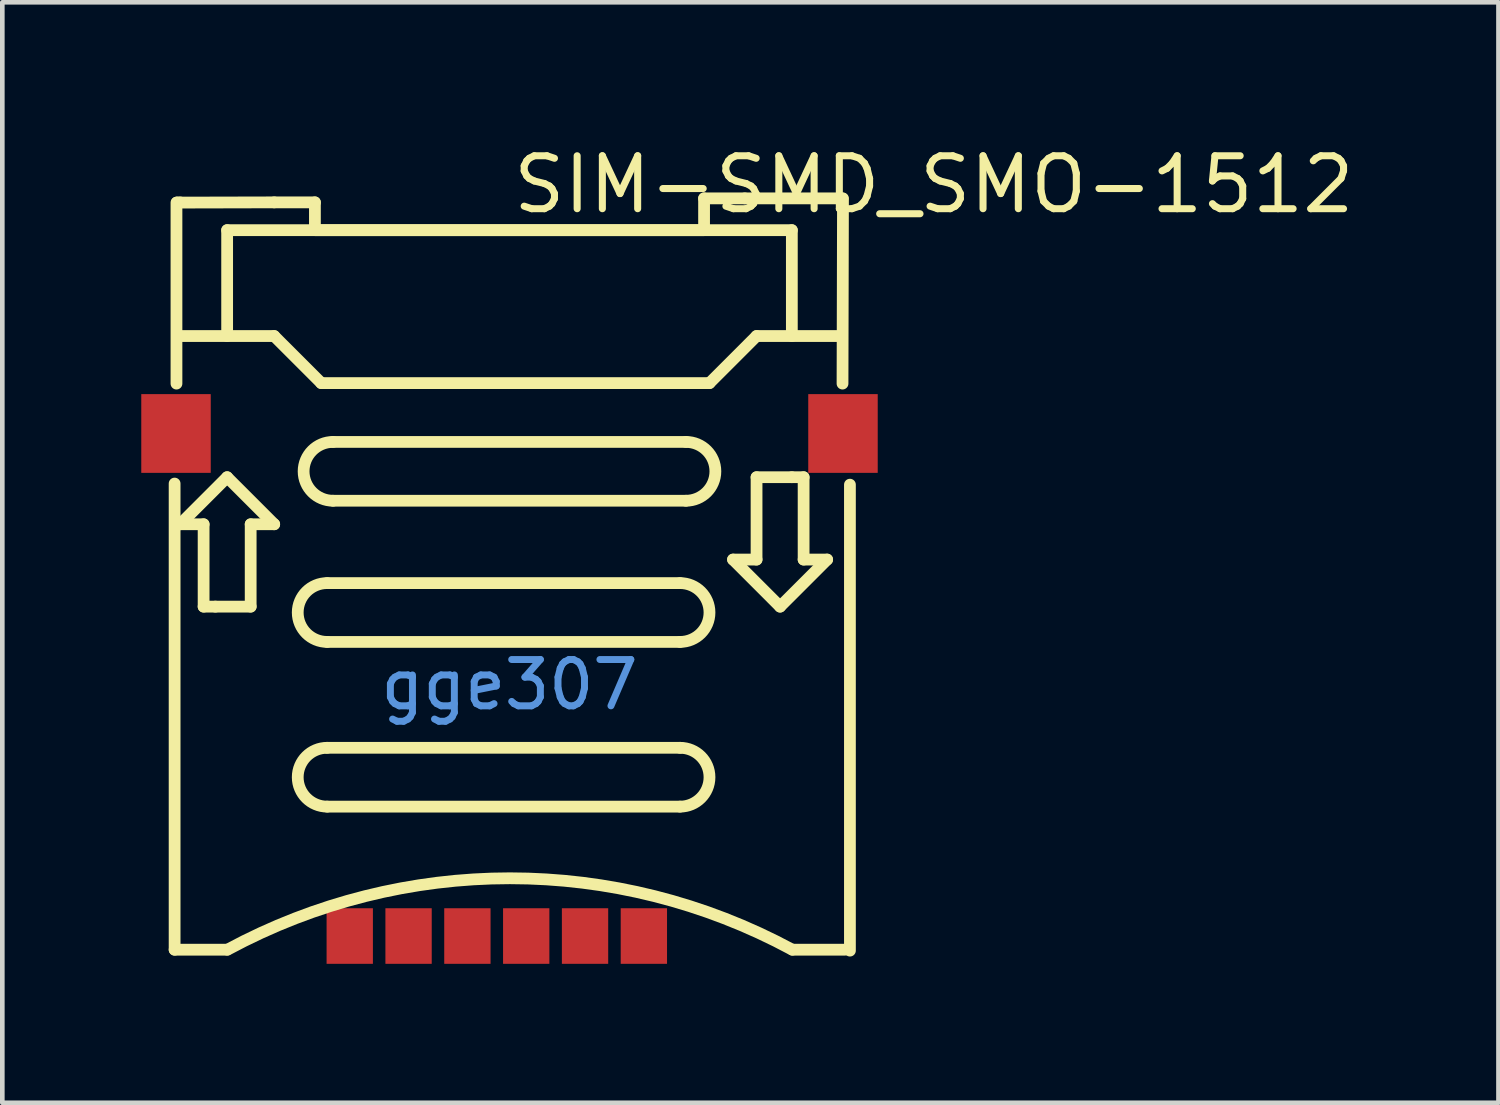
<source format=kicad_pcb>
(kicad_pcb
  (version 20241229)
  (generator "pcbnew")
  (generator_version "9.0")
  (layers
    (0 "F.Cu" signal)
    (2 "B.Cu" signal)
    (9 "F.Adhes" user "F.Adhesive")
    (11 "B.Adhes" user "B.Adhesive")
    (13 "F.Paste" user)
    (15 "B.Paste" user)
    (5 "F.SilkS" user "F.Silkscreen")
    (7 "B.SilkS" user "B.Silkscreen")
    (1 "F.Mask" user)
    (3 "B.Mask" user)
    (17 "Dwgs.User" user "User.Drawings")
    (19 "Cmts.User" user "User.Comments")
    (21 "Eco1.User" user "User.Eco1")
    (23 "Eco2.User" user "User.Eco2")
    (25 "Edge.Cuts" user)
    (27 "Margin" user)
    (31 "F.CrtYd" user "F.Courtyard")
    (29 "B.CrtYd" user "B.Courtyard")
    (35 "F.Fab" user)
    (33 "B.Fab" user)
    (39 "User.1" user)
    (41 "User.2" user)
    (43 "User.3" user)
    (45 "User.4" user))
  (footprint "SIM-SMD_SMO-1512"
    (layer "F.Cu")
    (at 7.95 11.734)
    (property "Reference" "SIM-SMD_SMO-1512" (at 0 -10.799 0) (layer "F.SilkS") (effects (font (size 1.143 1.143) (thickness 0.152)) (justify left)))
    (attr smd)
    (fp_line (start -7.23 -4.344) (end -7.23 5.72) (stroke (width 0.254) (type solid)) (layer "F.SilkS"))
    (fp_line (start -7.23 5.72) (end -6.1 5.72) (stroke (width 0.254) (type solid)) (layer "F.SilkS"))
    (fp_line (start -7.19 -10.41) (end -7.19 -6.502) (stroke (width 0.254) (type solid)) (layer "F.SilkS"))
    (fp_line (start -7.18 -10.41) (end -5.08 -10.415) (stroke (width 0.254) (type solid)) (layer "F.SilkS"))
    (fp_line (start -7.112 -10.415) (end -7.18 -10.41) (stroke (width 0.254) (type solid)) (layer "F.SilkS"))
    (fp_line (start -7.112 -7.529) (end -5.08 -7.529) (stroke (width 0.254) (type solid)) (layer "F.SilkS"))
    (fp_line (start -7.112 -3.465) (end -6.604 -3.465) (stroke (width 0.254) (type solid)) (layer "F.SilkS"))
    (fp_line (start -6.604 -3.465) (end -6.604 -1.687) (stroke (width 0.254) (type solid)) (layer "F.SilkS"))
    (fp_line (start -6.604 -1.687) (end -6.35 -1.687) (stroke (width 0.254) (type solid)) (layer "F.SilkS"))
    (fp_line (start -6.35 -1.687) (end -5.588 -1.687) (stroke (width 0.254) (type solid)) (layer "F.SilkS"))
    (fp_line (start -6.096 -9.815) (end 6.096 -9.815) (stroke (width 0.254) (type solid)) (layer "F.SilkS"))
    (fp_line (start -6.096 -7.529) (end -6.096 -9.815) (stroke (width 0.254) (type solid)) (layer "F.SilkS"))
    (fp_line (start -6.096 -4.481) (end -7.112 -3.465) (stroke (width 0.254) (type solid)) (layer "F.SilkS"))
    (fp_line (start -5.588 -3.465) (end -5.08 -3.465) (stroke (width 0.254) (type solid)) (layer "F.SilkS"))
    (fp_line (start -5.588 -1.687) (end -5.588 -3.465) (stroke (width 0.254) (type solid)) (layer "F.SilkS"))
    (fp_line (start -5.08 -10.415) (end -4.201 -10.415) (stroke (width 0.254) (type solid)) (layer "F.SilkS"))
    (fp_line (start -5.08 -7.529) (end -4.064 -6.513) (stroke (width 0.254) (type solid)) (layer "F.SilkS"))
    (fp_line (start -5.08 -3.465) (end -6.096 -4.481) (stroke (width 0.254) (type solid)) (layer "F.SilkS"))
    (fp_line (start -4.201 -10.415) (end -4.201 -9.815) (stroke (width 0.254) (type solid)) (layer "F.SilkS"))
    (fp_line (start -4.201 -9.815) (end 4.201 -9.815) (stroke (width 0.254) (type solid)) (layer "F.SilkS"))
    (fp_line (start -4.064 -6.513) (end 4.318 -6.513) (stroke (width 0.254) (type solid)) (layer "F.SilkS"))
    (fp_line (start -3.937 -2.195) (end 3.683 -2.195) (stroke (width 0.254) (type solid)) (layer "F.SilkS"))
    (fp_line (start -3.937 -0.925) (end 3.683 -0.925) (stroke (width 0.254) (type solid)) (layer "F.SilkS"))
    (fp_line (start -3.937 1.361) (end 3.683 1.361) (stroke (width 0.254) (type solid)) (layer "F.SilkS"))
    (fp_line (start -3.937 2.631) (end 3.683 2.631) (stroke (width 0.254) (type solid)) (layer "F.SilkS"))
    (fp_line (start -3.81 -5.243) (end 3.81 -5.243) (stroke (width 0.254) (type solid)) (layer "F.SilkS"))
    (fp_line (start -3.81 -3.973) (end 3.81 -3.973) (stroke (width 0.254) (type solid)) (layer "F.SilkS"))
    (fp_line (start 4.201 -10.501) (end 5.08 -10.501) (stroke (width 0.254) (type solid)) (layer "F.SilkS"))
    (fp_line (start 4.201 -9.815) (end 4.201 -10.501) (stroke (width 0.254) (type solid)) (layer "F.SilkS"))
    (fp_line (start 4.318 -6.513) (end 5.334 -7.529) (stroke (width 0.254) (type solid)) (layer "F.SilkS"))
    (fp_line (start 4.826 -2.703) (end 5.842 -1.687) (stroke (width 0.254) (type solid)) (layer "F.SilkS"))
    (fp_line (start 5.08 -10.501) (end 7.112 -10.501) (stroke (width 0.254) (type solid)) (layer "F.SilkS"))
    (fp_line (start 5.334 -7.529) (end 7.112 -7.529) (stroke (width 0.254) (type solid)) (layer "F.SilkS"))
    (fp_line (start 5.334 -4.481) (end 5.334 -2.703) (stroke (width 0.254) (type solid)) (layer "F.SilkS"))
    (fp_line (start 5.334 -2.703) (end 4.826 -2.703) (stroke (width 0.254) (type solid)) (layer "F.SilkS"))
    (fp_line (start 5.842 -1.687) (end 6.858 -2.703) (stroke (width 0.254) (type solid)) (layer "F.SilkS"))
    (fp_line (start 6.096 -9.815) (end 6.096 -7.529) (stroke (width 0.254) (type solid)) (layer "F.SilkS"))
    (fp_line (start 6.096 -4.481) (end 5.334 -4.481) (stroke (width 0.254) (type solid)) (layer "F.SilkS"))
    (fp_line (start 6.11 5.72) (end 7.24 5.72) (stroke (width 0.254) (type solid)) (layer "F.SilkS"))
    (fp_line (start 6.35 -4.481) (end 6.096 -4.481) (stroke (width 0.254) (type solid)) (layer "F.SilkS"))
    (fp_line (start 6.35 -2.703) (end 6.35 -4.481) (stroke (width 0.254) (type solid)) (layer "F.SilkS"))
    (fp_line (start 6.858 -2.703) (end 6.35 -2.703) (stroke (width 0.254) (type solid)) (layer "F.SilkS"))
    (fp_line (start 7.112 -10.501) (end 7.19 -10.5) (stroke (width 0.254) (type solid)) (layer "F.SilkS"))
    (fp_line (start 7.2 -10.5) (end 7.19 -6.502) (stroke (width 0.254) (type solid)) (layer "F.SilkS"))
    (fp_line (start 7.35 -4.32) (end 7.35 5.74) (stroke (width 0.254) (type solid)) (layer "F.SilkS"))
    (fp_arc (start -6.09 5.72) (mid 0.00788 4.177929) (end 6.105788 5.719886) (stroke (width 0.254) (type solid)) (layer "F.SilkS"))
    (fp_arc (start -3.937 -0.925) (mid -4.572 -1.56) (end -3.937 -2.195) (stroke (width 0.254) (type solid)) (layer "F.SilkS"))
    (fp_arc (start -3.937 2.631) (mid -4.572 1.996) (end -3.937 1.361) (stroke (width 0.254) (type solid)) (layer "F.SilkS"))
    (fp_arc (start -3.81 -3.973) (mid -4.445 -4.608) (end -3.81 -5.243) (stroke (width 0.254) (type solid)) (layer "F.SilkS"))
    (fp_arc (start 3.683 -2.195) (mid 4.318 -1.56) (end 3.683 -0.925) (stroke (width 0.254) (type solid)) (layer "F.SilkS"))
    (fp_arc (start 3.683 1.361) (mid 4.318 1.996) (end 3.683 2.631) (stroke (width 0.254) (type solid)) (layer "F.SilkS"))
    (fp_arc (start 3.81 -5.243) (mid 4.445 -4.608) (end 3.81 -3.973) (stroke (width 0.254) (type solid)) (layer "F.SilkS"))
    (fp_text user "gge307" (at 0 0 0) (layer "Cmts.User") (effects (font (size 1 1) (thickness 0.15))))
    (pad "7" smd rect (at 7.2 -5.425) (size 1.5 1.7) (layers "F.Cu" "F.Mask" "F.Paste"))
    (pad "8" smd rect (at -7.2 -5.425) (size 1.5 1.7) (layers "F.Cu" "F.Mask" "F.Paste"))
    (pad "C1" smd rect (at -2.179 5.425) (size 1 1.2) (layers "F.Cu" "F.Mask" "F.Paste"))
    (pad "C2" smd rect (at 0.361 5.425) (size 1 1.2) (layers "F.Cu" "F.Mask" "F.Paste"))
    (pad "C3" smd rect (at 2.901 5.425) (size 1 1.2) (layers "F.Cu" "F.Mask" "F.Paste"))
    (pad "C5" smd rect (at -3.449 5.425) (size 1 1.2) (layers "F.Cu" "F.Mask" "F.Paste"))
    (pad "C6" smd rect (at -0.909 5.425) (size 1 1.2) (layers "F.Cu" "F.Mask" "F.Paste"))
    (pad "C7" smd rect (at 1.631 5.425) (size 1 1.2) (layers "F.Cu" "F.Mask" "F.Paste")))
  (gr_rect
    (start -3 -3)
    (end 29.302 20.759)
    (stroke (width 0.1) (type default))
    (fill no)
    (layer "Edge.Cuts")))
</source>
